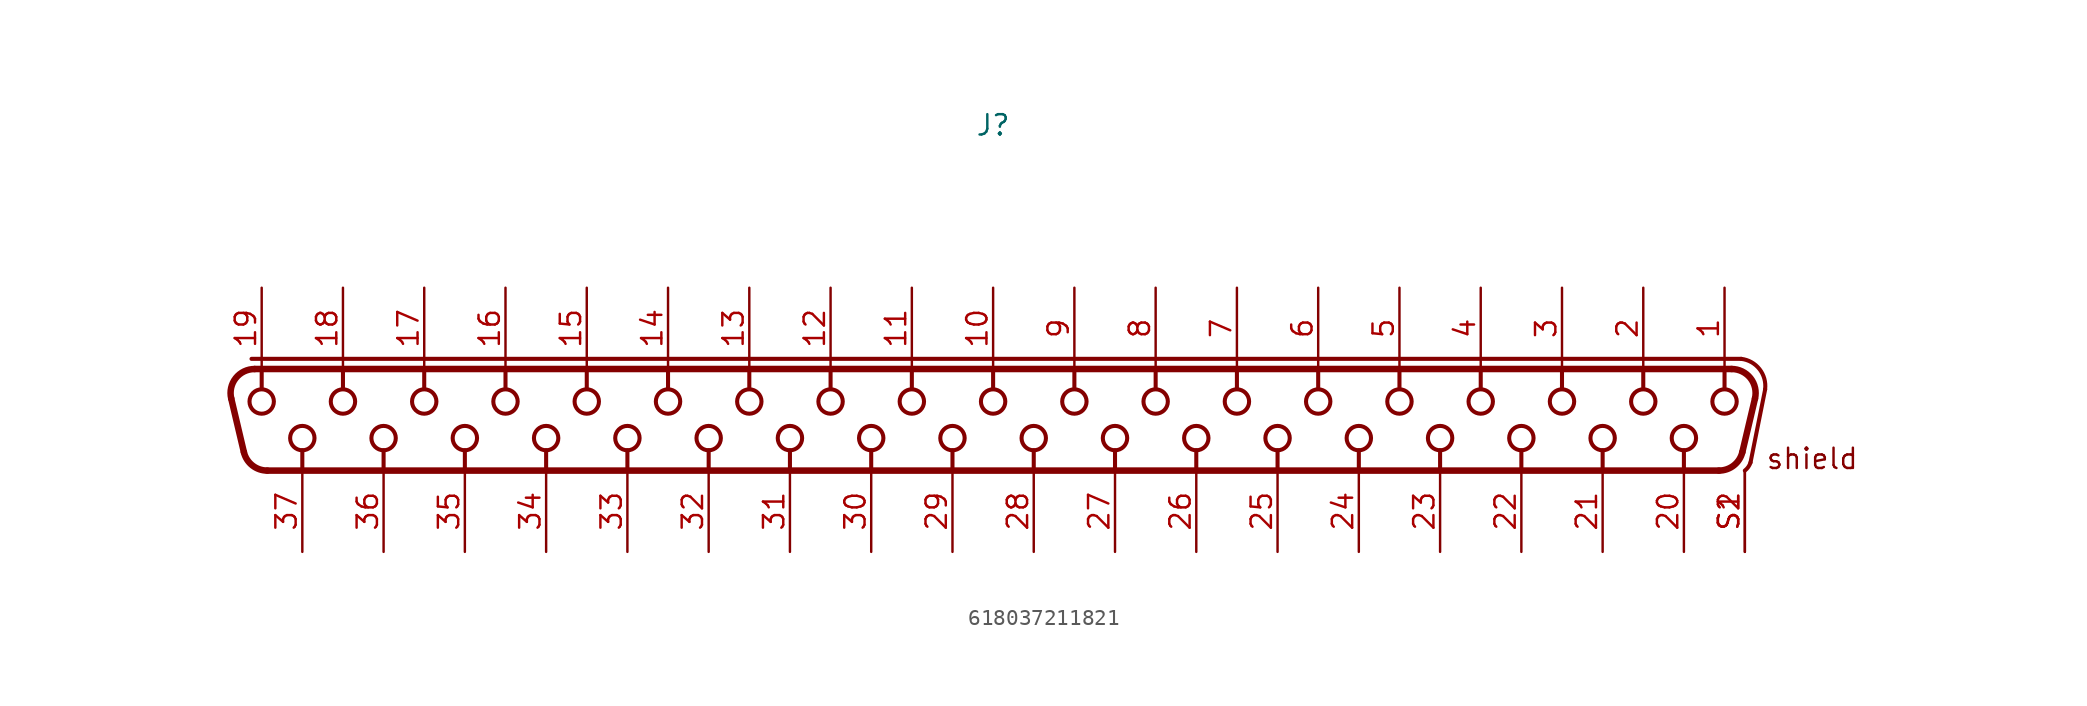
<source format=kicad_sym>
(kicad_symbol_lib
  (version 20241209)
  (generator "kicad_symbol_editor")
  (generator_version "9.0")
  (symbol "618037211821"
    (pin_names
      (hide yes))
    (property "Reference" "J"
      (at 0 17.78 0)
      (effects (font (size 1.27 1.27))))
    (symbol "618037211821_1_0"
      (polyline (pts (xy -46.833 -2.655) (xy -47.624 0.695)) (stroke (width 0.406) (type solid)) (fill (type none)))
      (polyline (pts (xy -46.355 3.175) (xy 46.76 3.175)) (stroke (width 0.254) (type solid)) (fill (type none)))
      (polyline (pts (xy -46.164 2.54) (xy 46.164 2.54)) (stroke (width 0.406) (type solid)) (fill (type none)))
      (arc (start -47.6242 0.695) (mid -47.3407 1.9707) (end -46.1643 2.54) (stroke (width 0.4064) (type solid)) (fill (type none)))
      (polyline (pts (xy -45.72 2.58) (xy -45.72 1.3)) (stroke (width 0.254) (type solid)) (fill (type none)))
      (circle (center -45.72 0.508) (radius 0.762) (stroke (width 0.254) (type solid)) (fill (type none)))
      (arc (start -45.373 -3.81) (mid -46.3038 -3.4862) (end -46.8328 -2.6547) (stroke (width 0.4064) (type solid)) (fill (type none)))
      (circle (center -43.18 -1.778) (radius 0.762) (stroke (width 0.254) (type solid)) (fill (type none)))
      (polyline (pts (xy -43.18 -2.54) (xy -43.18 -3.82)) (stroke (width 0.254) (type solid)) (fill (type none)))
      (polyline (pts (xy -40.64 2.58) (xy -40.64 1.3)) (stroke (width 0.254) (type solid)) (fill (type none)))
      (circle (center -40.64 0.508) (radius 0.762) (stroke (width 0.254) (type solid)) (fill (type none)))
      (circle (center -38.1 -1.778) (radius 0.762) (stroke (width 0.254) (type solid)) (fill (type none)))
      (polyline (pts (xy -38.1 -2.54) (xy -38.1 -3.82)) (stroke (width 0.254) (type solid)) (fill (type none)))
      (polyline (pts (xy -35.56 2.58) (xy -35.56 1.3)) (stroke (width 0.254) (type solid)) (fill (type none)))
      (circle (center -35.56 0.508) (radius 0.762) (stroke (width 0.254) (type solid)) (fill (type none)))
      (circle (center -33.02 -1.778) (radius 0.762) (stroke (width 0.254) (type solid)) (fill (type none)))
      (polyline (pts (xy -33.02 -2.54) (xy -33.02 -3.82)) (stroke (width 0.254) (type solid)) (fill (type none)))
      (polyline (pts (xy -30.48 2.58) (xy -30.48 1.3)) (stroke (width 0.254) (type solid)) (fill (type none)))
      (circle (center -30.48 0.508) (radius 0.762) (stroke (width 0.254) (type solid)) (fill (type none)))
      (circle (center -27.94 -1.778) (radius 0.762) (stroke (width 0.254) (type solid)) (fill (type none)))
      (polyline (pts (xy -27.94 -2.54) (xy -27.94 -3.82)) (stroke (width 0.254) (type solid)) (fill (type none)))
      (polyline (pts (xy -25.4 2.58) (xy -25.4 1.3)) (stroke (width 0.254) (type solid)) (fill (type none)))
      (circle (center -25.4 0.508) (radius 0.762) (stroke (width 0.254) (type solid)) (fill (type none)))
      (circle (center -22.86 -1.778) (radius 0.762) (stroke (width 0.254) (type solid)) (fill (type none)))
      (polyline (pts (xy -22.86 -2.54) (xy -22.86 -3.82)) (stroke (width 0.254) (type solid)) (fill (type none)))
      (polyline (pts (xy -20.32 2.58) (xy -20.32 1.3)) (stroke (width 0.254) (type solid)) (fill (type none)))
      (circle (center -20.32 0.508) (radius 0.762) (stroke (width 0.254) (type solid)) (fill (type none)))
      (circle (center -17.78 -1.778) (radius 0.762) (stroke (width 0.254) (type solid)) (fill (type none)))
      (polyline (pts (xy -17.78 -2.54) (xy -17.78 -3.82)) (stroke (width 0.254) (type solid)) (fill (type none)))
      (polyline (pts (xy -15.24 2.58) (xy -15.24 1.3)) (stroke (width 0.254) (type solid)) (fill (type none)))
      (circle (center -15.24 0.508) (radius 0.762) (stroke (width 0.254) (type solid)) (fill (type none)))
      (circle (center -12.7 -1.778) (radius 0.762) (stroke (width 0.254) (type solid)) (fill (type none)))
      (polyline (pts (xy -12.7 -2.54) (xy -12.7 -3.82)) (stroke (width 0.254) (type solid)) (fill (type none)))
      (polyline (pts (xy -10.16 2.58) (xy -10.16 1.3)) (stroke (width 0.254) (type solid)) (fill (type none)))
      (circle (center -10.16 0.508) (radius 0.762) (stroke (width 0.254) (type solid)) (fill (type none)))
      (circle (center -7.62 -1.778) (radius 0.762) (stroke (width 0.254) (type solid)) (fill (type none)))
      (polyline (pts (xy -7.62 -2.54) (xy -7.62 -3.82)) (stroke (width 0.254) (type solid)) (fill (type none)))
      (polyline (pts (xy -5.08 2.58) (xy -5.08 1.3)) (stroke (width 0.254) (type solid)) (fill (type none)))
      (circle (center -5.08 0.508) (radius 0.762) (stroke (width 0.254) (type solid)) (fill (type none)))
      (circle (center -2.54 -1.778) (radius 0.762) (stroke (width 0.254) (type solid)) (fill (type none)))
      (polyline (pts (xy -2.54 -2.54) (xy -2.54 -3.82)) (stroke (width 0.254) (type solid)) (fill (type none)))
      (polyline (pts (xy 0 2.58) (xy 0 1.3)) (stroke (width 0.254) (type solid)) (fill (type none)))
      (circle (center 0 0.508) (radius 0.762) (stroke (width 0.254) (type solid)) (fill (type none)))
      (circle (center 2.54 -1.778) (radius 0.762) (stroke (width 0.254) (type solid)) (fill (type none)))
      (polyline (pts (xy 2.54 -2.54) (xy 2.54 -3.82)) (stroke (width 0.254) (type solid)) (fill (type none)))
      (polyline (pts (xy 5.08 2.58) (xy 5.08 1.3)) (stroke (width 0.254) (type solid)) (fill (type none)))
      (circle (center 5.08 0.508) (radius 0.762) (stroke (width 0.254) (type solid)) (fill (type none)))
      (circle (center 7.62 -1.778) (radius 0.762) (stroke (width 0.254) (type solid)) (fill (type none)))
      (polyline (pts (xy 7.62 -2.54) (xy 7.62 -3.82)) (stroke (width 0.254) (type solid)) (fill (type none)))
      (polyline (pts (xy 10.16 2.58) (xy 10.16 1.3)) (stroke (width 0.254) (type solid)) (fill (type none)))
      (circle (center 10.16 0.508) (radius 0.762) (stroke (width 0.254) (type solid)) (fill (type none)))
      (circle (center 12.7 -1.778) (radius 0.762) (stroke (width 0.254) (type solid)) (fill (type none)))
      (polyline (pts (xy 12.7 -2.54) (xy 12.7 -3.82)) (stroke (width 0.254) (type solid)) (fill (type none)))
      (polyline (pts (xy 15.24 2.58) (xy 15.24 1.3)) (stroke (width 0.254) (type solid)) (fill (type none)))
      (circle (center 15.24 0.508) (radius 0.762) (stroke (width 0.254) (type solid)) (fill (type none)))
      (circle (center 17.78 -1.778) (radius 0.762) (stroke (width 0.254) (type solid)) (fill (type none)))
      (polyline (pts (xy 17.78 -2.54) (xy 17.78 -3.82)) (stroke (width 0.254) (type solid)) (fill (type none)))
      (polyline (pts (xy 20.32 2.58) (xy 20.32 1.3)) (stroke (width 0.254) (type solid)) (fill (type none)))
      (circle (center 20.32 0.508) (radius 0.762) (stroke (width 0.254) (type solid)) (fill (type none)))
      (circle (center 22.86 -1.778) (radius 0.762) (stroke (width 0.254) (type solid)) (fill (type none)))
      (polyline (pts (xy 22.86 -2.54) (xy 22.86 -3.82)) (stroke (width 0.254) (type solid)) (fill (type none)))
      (polyline (pts (xy 25.4 2.58) (xy 25.4 1.3)) (stroke (width 0.254) (type solid)) (fill (type none)))
      (circle (center 25.4 0.508) (radius 0.762) (stroke (width 0.254) (type solid)) (fill (type none)))
      (circle (center 27.94 -1.778) (radius 0.762) (stroke (width 0.254) (type solid)) (fill (type none)))
      (polyline (pts (xy 27.94 -2.54) (xy 27.94 -3.82)) (stroke (width 0.254) (type solid)) (fill (type none)))
      (polyline (pts (xy 30.48 2.58) (xy 30.48 1.3)) (stroke (width 0.254) (type solid)) (fill (type none)))
      (circle (center 30.48 0.508) (radius 0.762) (stroke (width 0.254) (type solid)) (fill (type none)))
      (circle (center 33.02 -1.778) (radius 0.762) (stroke (width 0.254) (type solid)) (fill (type none)))
      (polyline (pts (xy 33.02 -2.54) (xy 33.02 -3.82)) (stroke (width 0.254) (type solid)) (fill (type none)))
      (polyline (pts (xy 35.56 2.58) (xy 35.56 1.3)) (stroke (width 0.254) (type solid)) (fill (type none)))
      (circle (center 35.56 0.508) (radius 0.762) (stroke (width 0.254) (type solid)) (fill (type none)))
      (circle (center 38.1 -1.778) (radius 0.762) (stroke (width 0.254) (type solid)) (fill (type none)))
      (polyline (pts (xy 38.1 -2.54) (xy 38.1 -3.82)) (stroke (width 0.254) (type solid)) (fill (type none)))
      (polyline (pts (xy 40.64 2.58) (xy 40.64 1.3)) (stroke (width 0.254) (type solid)) (fill (type none)))
      (circle (center 40.64 0.508) (radius 0.762) (stroke (width 0.254) (type solid)) (fill (type none)))
      (circle (center 43.18 -1.778) (radius 0.762) (stroke (width 0.254) (type solid)) (fill (type none)))
      (polyline (pts (xy 43.18 -2.54) (xy 43.18 -3.82)) (stroke (width 0.254) (type solid)) (fill (type none)))
      (arc (start 46.8328 -2.6548) (mid 46.3037 -3.4863) (end 45.3729 -3.81) (stroke (width 0.4064) (type solid)) (fill (type none)))
      (polyline (pts (xy 45.373 -3.81) (xy -45.373 -3.81)) (stroke (width 0.406) (type solid)) (fill (type none)))
      (polyline (pts (xy 45.72 2.58) (xy 45.72 1.3)) (stroke (width 0.254) (type solid)) (fill (type none)))
      (circle (center 45.72 0.508) (radius 0.762) (stroke (width 0.254) (type solid)) (fill (type none)))
      (arc (start 46.1643 2.54) (mid 47.3407 1.9707) (end 47.6242 0.695) (stroke (width 0.4064) (type solid)) (fill (type none)))
      (arc (start 47.3439 -3.3037) (mid 47.2048 -3.5833) (end 46.99 -3.81) (stroke (width 0.254) (type solid)) (fill (type none)))
      (arc (start 46.76 3.175) (mid 47.9064 2.5346) (end 48.26 1.27) (stroke (width 0.254) (type solid)) (fill (type none)))
      (polyline (pts (xy 47.344 -3.304) (xy 48.26 1.27)) (stroke (width 0.254) (type solid)) (fill (type none)))
      (polyline (pts (xy 47.624 0.695) (xy 46.833 -2.655)) (stroke (width 0.406) (type solid)) (fill (type none)))
      (pin passive line (at -45.72 7.62 270) (length 5.08) (name "19" (effects (font (size 1.27 1.27)))) (number "19" (effects (font (size 1.27 1.27)))))
      (pin passive line (at -43.18 -8.89 90) (length 5.08) (name "37" (effects (font (size 1.27 1.27)))) (number "37" (effects (font (size 1.27 1.27)))))
      (pin passive line (at -40.64 7.62 270) (length 5.08) (name "18" (effects (font (size 1.27 1.27)))) (number "18" (effects (font (size 1.27 1.27)))))
      (pin passive line (at -38.1 -8.89 90) (length 5.08) (name "36" (effects (font (size 1.27 1.27)))) (number "36" (effects (font (size 1.27 1.27)))))
      (pin passive line (at -35.56 7.62 270) (length 5.08) (name "17" (effects (font (size 1.27 1.27)))) (number "17" (effects (font (size 1.27 1.27)))))
      (pin passive line (at -33.02 -8.89 90) (length 5.08) (name "35" (effects (font (size 1.27 1.27)))) (number "35" (effects (font (size 1.27 1.27)))))
      (pin passive line (at -30.48 7.62 270) (length 5.08) (name "16" (effects (font (size 1.27 1.27)))) (number "16" (effects (font (size 1.27 1.27)))))
      (pin passive line (at -27.94 -8.89 90) (length 5.08) (name "34" (effects (font (size 1.27 1.27)))) (number "34" (effects (font (size 1.27 1.27)))))
      (pin passive line (at -25.4 7.62 270) (length 5.08) (name "15" (effects (font (size 1.27 1.27)))) (number "15" (effects (font (size 1.27 1.27)))))
      (pin passive line (at -22.86 -8.89 90) (length 5.08) (name "33" (effects (font (size 1.27 1.27)))) (number "33" (effects (font (size 1.27 1.27)))))
      (pin passive line (at -20.32 7.62 270) (length 5.08) (name "14" (effects (font (size 1.27 1.27)))) (number "14" (effects (font (size 1.27 1.27)))))
      (pin passive line (at -17.78 -8.89 90) (length 5.08) (name "32" (effects (font (size 1.27 1.27)))) (number "32" (effects (font (size 1.27 1.27)))))
      (pin passive line (at -15.24 7.62 270) (length 5.08) (name "13" (effects (font (size 1.27 1.27)))) (number "13" (effects (font (size 1.27 1.27)))))
      (pin passive line (at -12.7 -8.89 90) (length 5.08) (name "31" (effects (font (size 1.27 1.27)))) (number "31" (effects (font (size 1.27 1.27)))))
      (pin passive line (at -10.16 7.62 270) (length 5.08) (name "12" (effects (font (size 1.27 1.27)))) (number "12" (effects (font (size 1.27 1.27)))))
      (pin passive line (at -7.62 -8.89 90) (length 5.08) (name "30" (effects (font (size 1.27 1.27)))) (number "30" (effects (font (size 1.27 1.27)))))
      (pin passive line (at -5.08 7.62 270) (length 5.08) (name "11" (effects (font (size 1.27 1.27)))) (number "11" (effects (font (size 1.27 1.27)))))
      (pin passive line (at -2.54 -8.89 90) (length 5.08) (name "29" (effects (font (size 1.27 1.27)))) (number "29" (effects (font (size 1.27 1.27)))))
      (pin passive line (at 0 7.62 270) (length 5.08) (name "10" (effects (font (size 1.27 1.27)))) (number "10" (effects (font (size 1.27 1.27)))))
      (pin passive line (at 2.54 -8.89 90) (length 5.08) (name "28" (effects (font (size 1.27 1.27)))) (number "28" (effects (font (size 1.27 1.27)))))
      (pin passive line (at 5.08 7.62 270) (length 5.08) (name "9" (effects (font (size 1.27 1.27)))) (number "9" (effects (font (size 1.27 1.27)))))
      (pin passive line (at 7.62 -8.89 90) (length 5.08) (name "27" (effects (font (size 1.27 1.27)))) (number "27" (effects (font (size 1.27 1.27)))))
      (pin passive line (at 10.16 7.62 270) (length 5.08) (name "8" (effects (font (size 1.27 1.27)))) (number "8" (effects (font (size 1.27 1.27)))))
      (pin passive line (at 12.7 -8.89 90) (length 5.08) (name "26" (effects (font (size 1.27 1.27)))) (number "26" (effects (font (size 1.27 1.27)))))
      (pin passive line (at 15.24 7.62 270) (length 5.08) (name "7" (effects (font (size 1.27 1.27)))) (number "7" (effects (font (size 1.27 1.27)))))
      (pin passive line (at 17.78 -8.89 90) (length 5.08) (name "25" (effects (font (size 1.27 1.27)))) (number "25" (effects (font (size 1.27 1.27)))))
      (pin passive line (at 20.32 7.62 270) (length 5.08) (name "6" (effects (font (size 1.27 1.27)))) (number "6" (effects (font (size 1.27 1.27)))))
      (pin passive line (at 22.86 -8.89 90) (length 5.08) (name "24" (effects (font (size 1.27 1.27)))) (number "24" (effects (font (size 1.27 1.27)))))
      (pin passive line (at 25.4 7.62 270) (length 5.08) (name "5" (effects (font (size 1.27 1.27)))) (number "5" (effects (font (size 1.27 1.27)))))
      (pin passive line (at 27.94 -8.89 90) (length 5.08) (name "23" (effects (font (size 1.27 1.27)))) (number "23" (effects (font (size 1.27 1.27)))))
      (pin passive line (at 30.48 7.62 270) (length 5.08) (name "4" (effects (font (size 1.27 1.27)))) (number "4" (effects (font (size 1.27 1.27)))))
      (pin passive line (at 33.02 -8.89 90) (length 5.08) (name "22" (effects (font (size 1.27 1.27)))) (number "22" (effects (font (size 1.27 1.27)))))
      (pin passive line (at 35.56 7.62 270) (length 5.08) (name "3" (effects (font (size 1.27 1.27)))) (number "3" (effects (font (size 1.27 1.27)))))
      (pin passive line (at 38.1 -8.89 90) (length 5.08) (name "21" (effects (font (size 1.27 1.27)))) (number "21" (effects (font (size 1.27 1.27)))))
      (pin passive line (at 40.64 7.62 270) (length 5.08) (name "2" (effects (font (size 1.27 1.27)))) (number "2" (effects (font (size 1.27 1.27)))))
      (pin passive line (at 43.18 -8.89 90) (length 5.08) (name "20" (effects (font (size 1.27 1.27)))) (number "20" (effects (font (size 1.27 1.27)))))
      (pin passive line (at 45.72 7.62 270) (length 5.08) (name "1" (effects (font (size 1.27 1.27)))) (number "1" (effects (font (size 1.27 1.27)))))
      (pin passive line (at 46.99 -8.89 90) (length 5.08) (name "SHIELD" (effects (font (size 1.27 1.27)))) (number "S1" (effects (font (size 1.27 1.27)))))
      (pin passive line (at 46.99 -8.89 90) (length 5.08) (name "SHIELD" (effects (font (size 1.27 1.27)))) (number "S2" (effects (font (size 1.27 1.27))))))
    (symbol "618037211821_1_1"
      (text "shield" (at 48.26 -3.81 0) (effects (font (size 1.27 1.27)) (justify left bottom))))))
</source>
